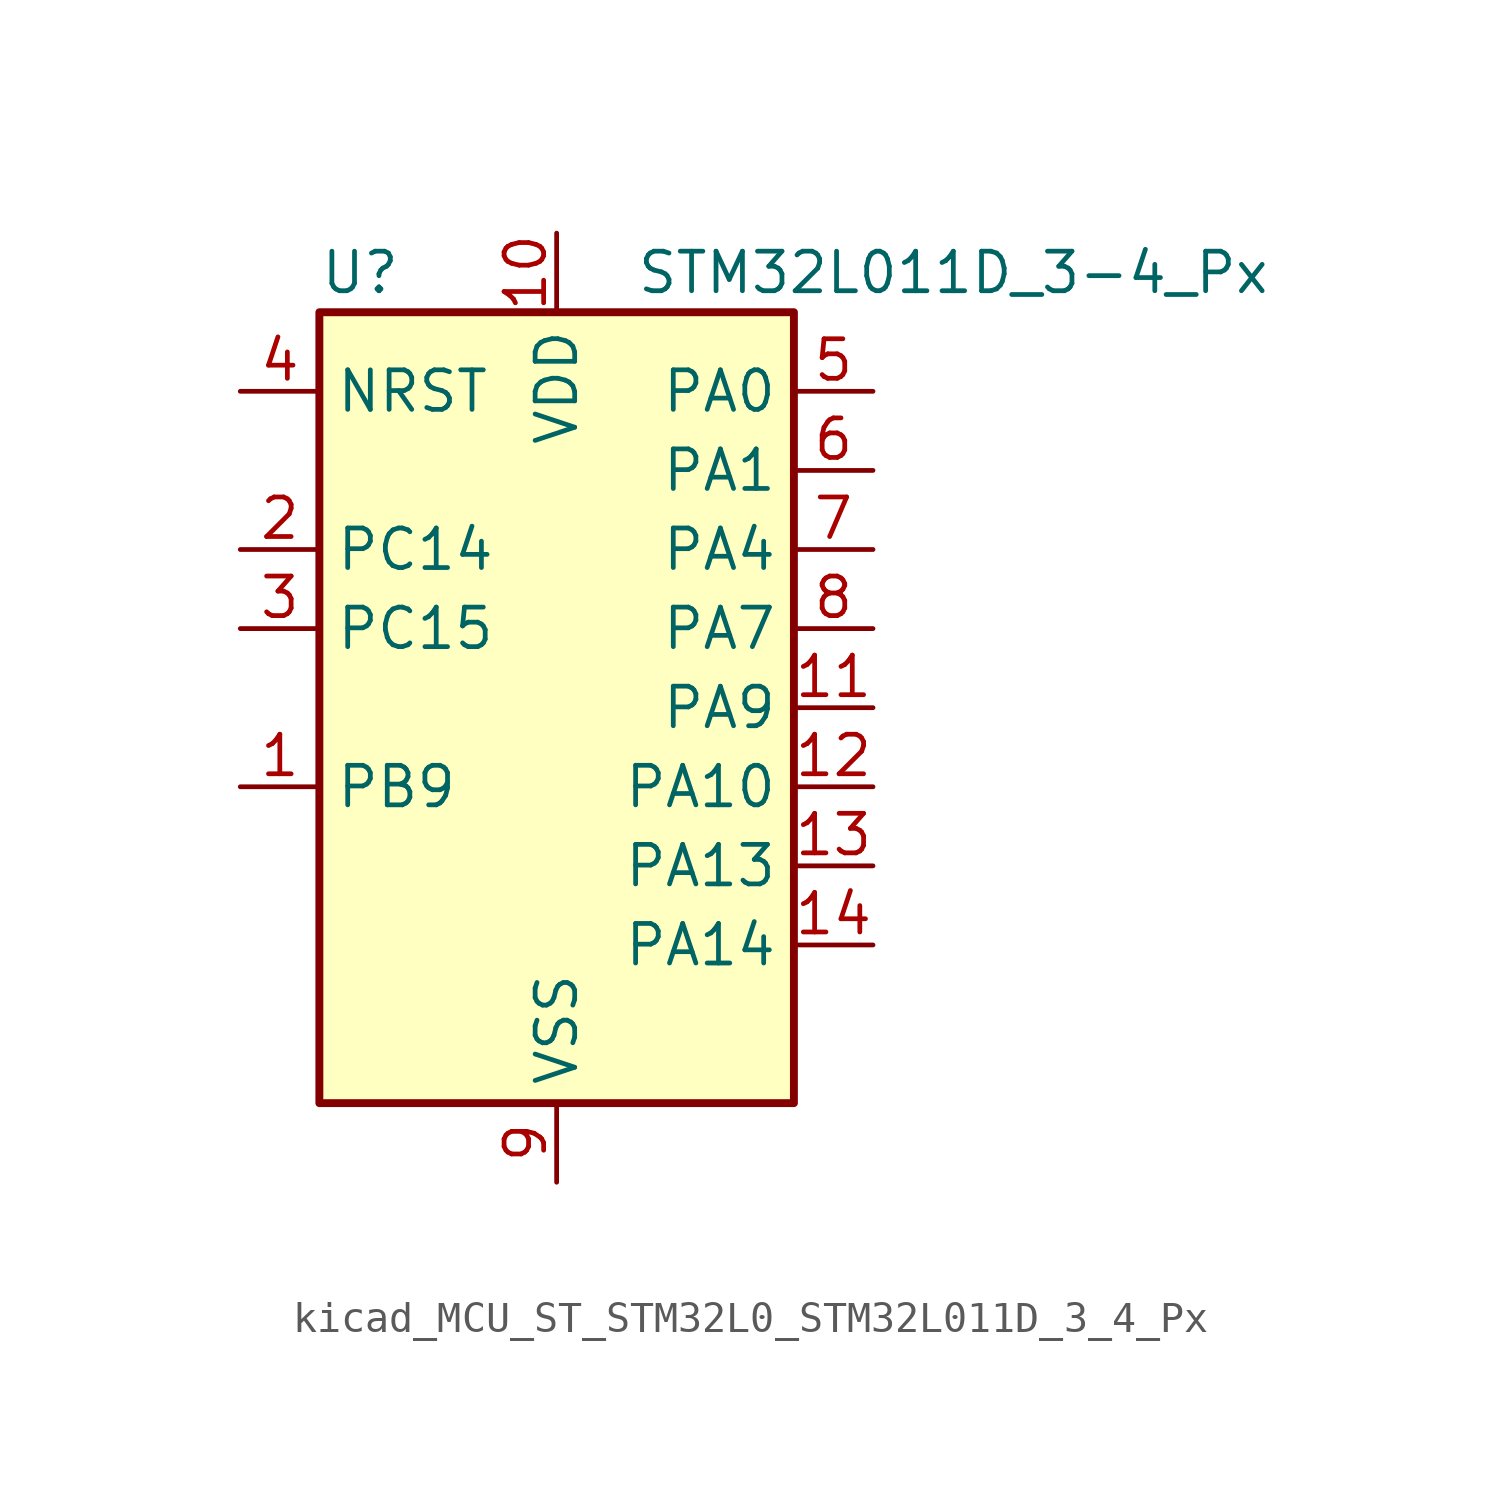
<source format=kicad_sym>
(kicad_symbol_lib
  (version 20220914)
  (generator kicad_symbol_editor)
  (symbol "kicad_MCU_ST_STM32L0_STM32L011D_3_4_Px"
    (property "Reference" "U"
      (at -7.62 13.97 0)
      (effects (font (size 1.27 1.27)) (justify left)))
    (property "Value" "STM32L011D_3-4_Px"
      (at 2.54 13.97 0)
      (effects (font (size 1.27 1.27)) (justify left)))
    (property "ki_locked" ""
      (at 0 0 0)
      (effects (font (size 1.27 1.27))))
    (symbol "kicad_MCU_ST_STM32L0_STM32L011D_3_4_Px_0_1"
      (rectangle (start -7.62 -12.7) (end 7.62 12.7) (stroke (width 0.254) (type default)) (fill (type background))))
    (symbol "kicad_MCU_ST_STM32L0_STM32L011D_3_4_Px_1_1"
      (pin bidirectional line (at -10.16 -2.54 0) (length 2.54) (name "PB9" (effects (font (size 1.27 1.27)))) (number "1" (effects (font (size 1.27 1.27)))))
      (pin power_in line (at 0 15.24 270) (length 2.54) (name "VDD" (effects (font (size 1.27 1.27)))) (number "10" (effects (font (size 1.27 1.27)))))
      (pin bidirectional line (at 10.16 0 180) (length 2.54) (name "PA9" (effects (font (size 1.27 1.27)))) (number "11" (effects (font (size 1.27 1.27)))) (alternate "COMP1_OUT" bidirectional line) (alternate "I2C1_SCL" bidirectional line) (alternate "LPTIM1_OUT" bidirectional line) (alternate "RCC_MCO" bidirectional line) (alternate "TIM21_CH2" bidirectional line) (alternate "USART2_TX" bidirectional line))
      (pin bidirectional line (at 10.16 -2.54 180) (length 2.54) (name "PA10" (effects (font (size 1.27 1.27)))) (number "12" (effects (font (size 1.27 1.27)))) (alternate "COMP1_OUT" bidirectional line) (alternate "I2C1_SDA" bidirectional line) (alternate "RTC_REFIN" bidirectional line) (alternate "TIM21_CH1" bidirectional line) (alternate "TIM2_CH3" bidirectional line) (alternate "USART2_RX" bidirectional line))
      (pin bidirectional line (at 10.16 -5.08 180) (length 2.54) (name "PA13" (effects (font (size 1.27 1.27)))) (number "13" (effects (font (size 1.27 1.27)))) (alternate "COMP1_OUT" bidirectional line) (alternate "I2C1_SDA" bidirectional line) (alternate "LPTIM1_ETR" bidirectional line) (alternate "LPUART1_RX" bidirectional line) (alternate "SPI1_SCK" bidirectional line) (alternate "SYS_SWDIO" bidirectional line))
      (pin bidirectional line (at 10.16 -7.62 180) (length 2.54) (name "PA14" (effects (font (size 1.27 1.27)))) (number "14" (effects (font (size 1.27 1.27)))) (alternate "COMP2_OUT" bidirectional line) (alternate "I2C1_SMBA" bidirectional line) (alternate "LPTIM1_OUT" bidirectional line) (alternate "LPUART1_TX" bidirectional line) (alternate "SPI1_MISO" bidirectional line) (alternate "SYS_SWCLK" bidirectional line) (alternate "USART2_TX" bidirectional line))
      (pin bidirectional line (at -10.16 5.08 0) (length 2.54) (name "PC14" (effects (font (size 1.27 1.27)))) (number "2" (effects (font (size 1.27 1.27)))) (alternate "RCC_OSC32_IN" bidirectional line))
      (pin bidirectional line (at -10.16 2.54 0) (length 2.54) (name "PC15" (effects (font (size 1.27 1.27)))) (number "3" (effects (font (size 1.27 1.27)))) (alternate "RCC_OSC32_OUT" bidirectional line))
      (pin input line (at -10.16 10.16 0) (length 2.54) (name "NRST" (effects (font (size 1.27 1.27)))) (number "4" (effects (font (size 1.27 1.27)))))
      (pin bidirectional line (at 10.16 10.16 180) (length 2.54) (name "PA0" (effects (font (size 1.27 1.27)))) (number "5" (effects (font (size 1.27 1.27)))) (alternate "ADC_IN0" bidirectional line) (alternate "COMP1_INM" bidirectional line) (alternate "COMP1_OUT" bidirectional line) (alternate "LPTIM1_IN1" bidirectional line) (alternate "LPUART1_RX" bidirectional line) (alternate "RCC_CK_IN" bidirectional line) (alternate "RTC_TAMP2" bidirectional line) (alternate "SYS_WKUP1" bidirectional line) (alternate "TIM2_CH1" bidirectional line) (alternate "TIM2_ETR" bidirectional line) (alternate "USART2_CTS" bidirectional line) (alternate "USART2_RX" bidirectional line))
      (pin bidirectional line (at 10.16 7.62 180) (length 2.54) (name "PA1" (effects (font (size 1.27 1.27)))) (number "6" (effects (font (size 1.27 1.27)))) (alternate "ADC_IN1" bidirectional line) (alternate "COMP1_INP" bidirectional line) (alternate "I2C1_SMBA" bidirectional line) (alternate "LPTIM1_IN2" bidirectional line) (alternate "LPUART1_TX" bidirectional line) (alternate "TIM21_ETR" bidirectional line) (alternate "TIM2_CH2" bidirectional line) (alternate "USART2_DE" bidirectional line) (alternate "USART2_RTS" bidirectional line))
      (pin bidirectional line (at 10.16 5.08 180) (length 2.54) (name "PA4" (effects (font (size 1.27 1.27)))) (number "7" (effects (font (size 1.27 1.27)))) (alternate "ADC_IN4" bidirectional line) (alternate "COMP1_INM" bidirectional line) (alternate "COMP2_INM" bidirectional line) (alternate "COMP2_OUT" bidirectional line) (alternate "I2C1_SCL" bidirectional line) (alternate "LPTIM1_ETR" bidirectional line) (alternate "LPTIM1_IN1" bidirectional line) (alternate "LPUART1_TX" bidirectional line) (alternate "SPI1_NSS" bidirectional line) (alternate "TIM2_ETR" bidirectional line) (alternate "USART2_CK" bidirectional line))
      (pin bidirectional line (at 10.16 2.54 180) (length 2.54) (name "PA7" (effects (font (size 1.27 1.27)))) (number "8" (effects (font (size 1.27 1.27)))) (alternate "ADC_IN7" bidirectional line) (alternate "COMP2_INP" bidirectional line) (alternate "COMP2_OUT" bidirectional line) (alternate "LPTIM1_OUT" bidirectional line) (alternate "SPI1_MOSI" bidirectional line) (alternate "TIM21_ETR" bidirectional line) (alternate "USART2_CTS" bidirectional line))
      (pin power_in line (at 0 -15.24 90) (length 2.54) (name "VSS" (effects (font (size 1.27 1.27)))) (number "9" (effects (font (size 1.27 1.27))))))))
</source>
